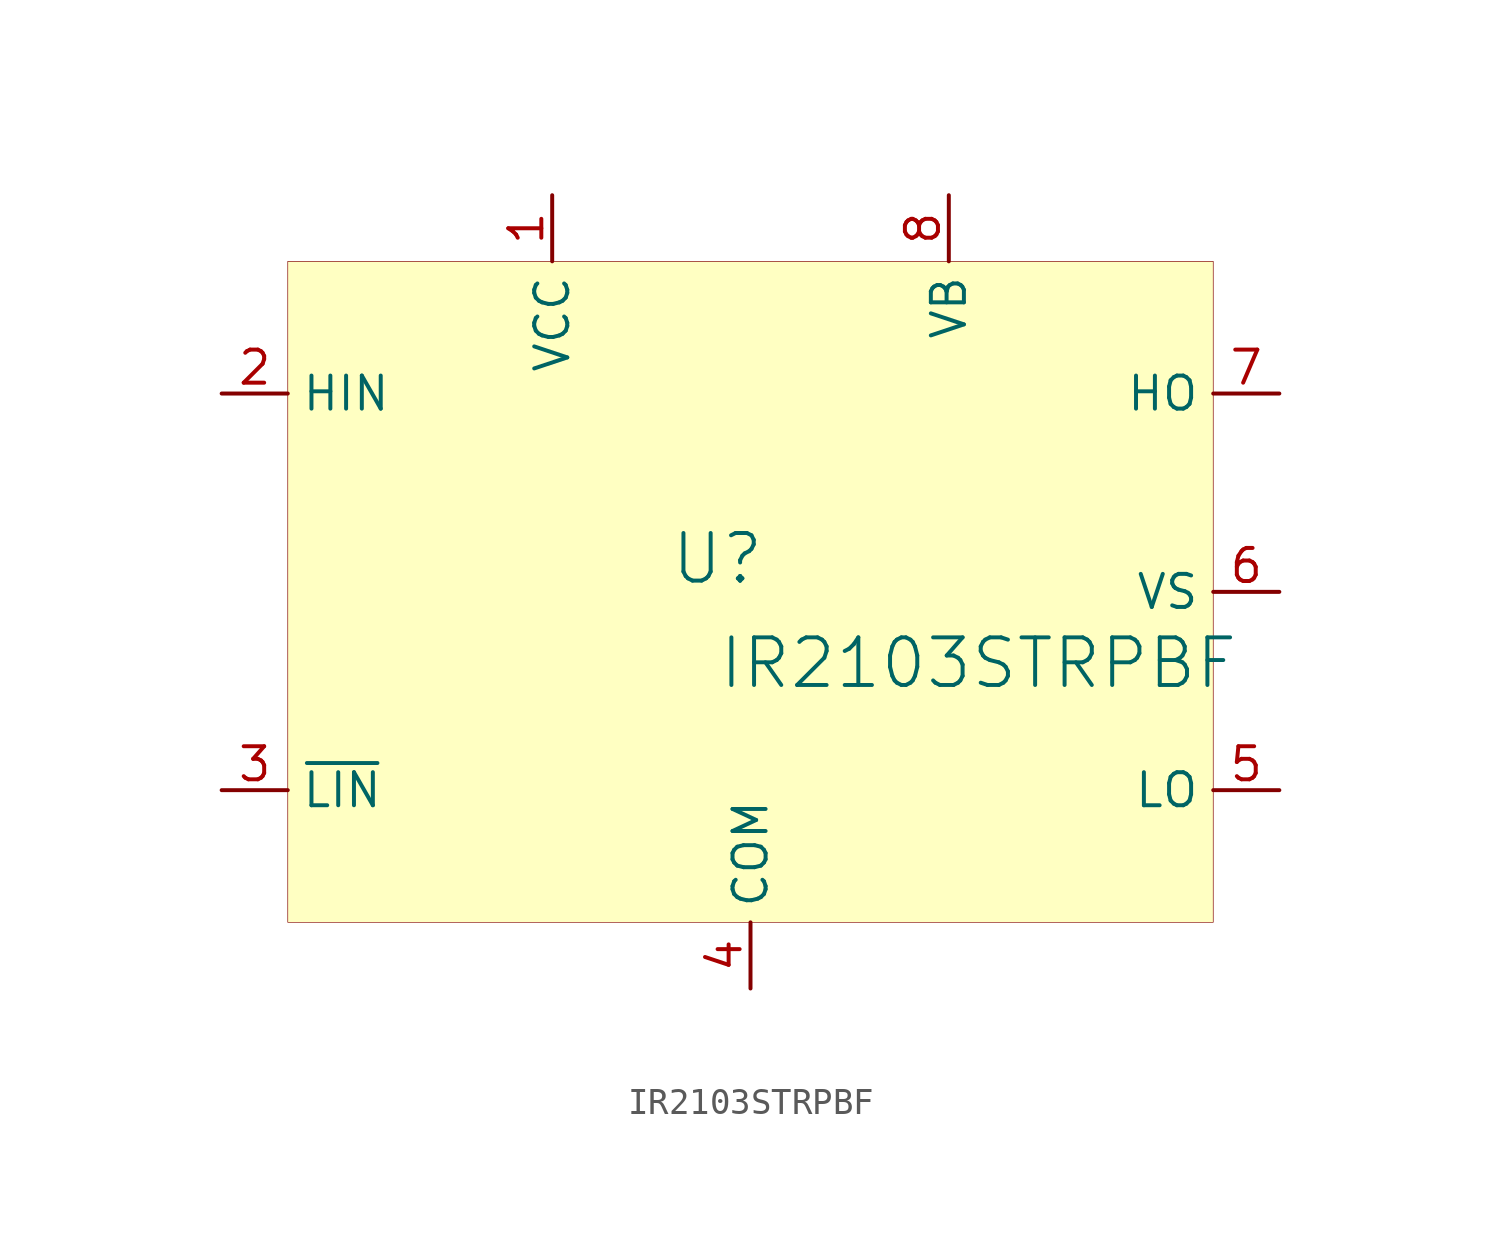
<source format=kicad_sym>
(kicad_symbol_lib
  (version 20231120)
  (generator "kicad_symbol_editor")
  (generator_version "8.0")
  (symbol "IR2103STRPBF"
    (property "Reference" "U"
      (at -1.27 1.27 0)
      (effects (font (size 1.829 1.829))))
    (property "Value" "IR2103STRPBF"
      (at -1.27 -3.81 0)
      (effects (font (size 1.829 1.829)) (justify left bottom)))
    (symbol "IR2103STRPBF_1_0"
      (rectangle (start 17.78 12.7) (end -17.78 -12.7) (stroke (width 0.025) (type solid) (color 128 0 0 1)) (fill (type background)))
      (pin power_in line (at -7.62 15.24 270) (length 2.54) (name "VCC" (effects (font (size 1.27 1.27)))) (number "1" (effects (font (size 1.27 1.27)))))
      (pin input line (at -20.32 7.62 0) (length 2.54) (name "HIN" (effects (font (size 1.27 1.27)))) (number "2" (effects (font (size 1.27 1.27)))))
      (pin input line (at -20.32 -7.62 0) (length 2.54) (name "~{LIN}" (effects (font (size 1.27 1.27)))) (number "3" (effects (font (size 1.27 1.27)))))
      (pin power_in line (at 0 -15.24 90) (length 2.54) (name "COM" (effects (font (size 1.27 1.27)))) (number "4" (effects (font (size 1.27 1.27)))))
      (pin power_in line (at 20.32 -7.62 180) (length 2.54) (name "LO" (effects (font (size 1.27 1.27)))) (number "5" (effects (font (size 1.27 1.27)))))
      (pin power_in line (at 20.32 0 180) (length 2.54) (name "VS" (effects (font (size 1.27 1.27)))) (number "6" (effects (font (size 1.27 1.27)))))
      (pin power_in line (at 20.32 7.62 180) (length 2.54) (name "HO" (effects (font (size 1.27 1.27)))) (number "7" (effects (font (size 1.27 1.27)))))
      (pin power_in line (at 7.62 15.24 270) (length 2.54) (name "VB" (effects (font (size 1.27 1.27)))) (number "8" (effects (font (size 1.27 1.27))))))))
</source>
